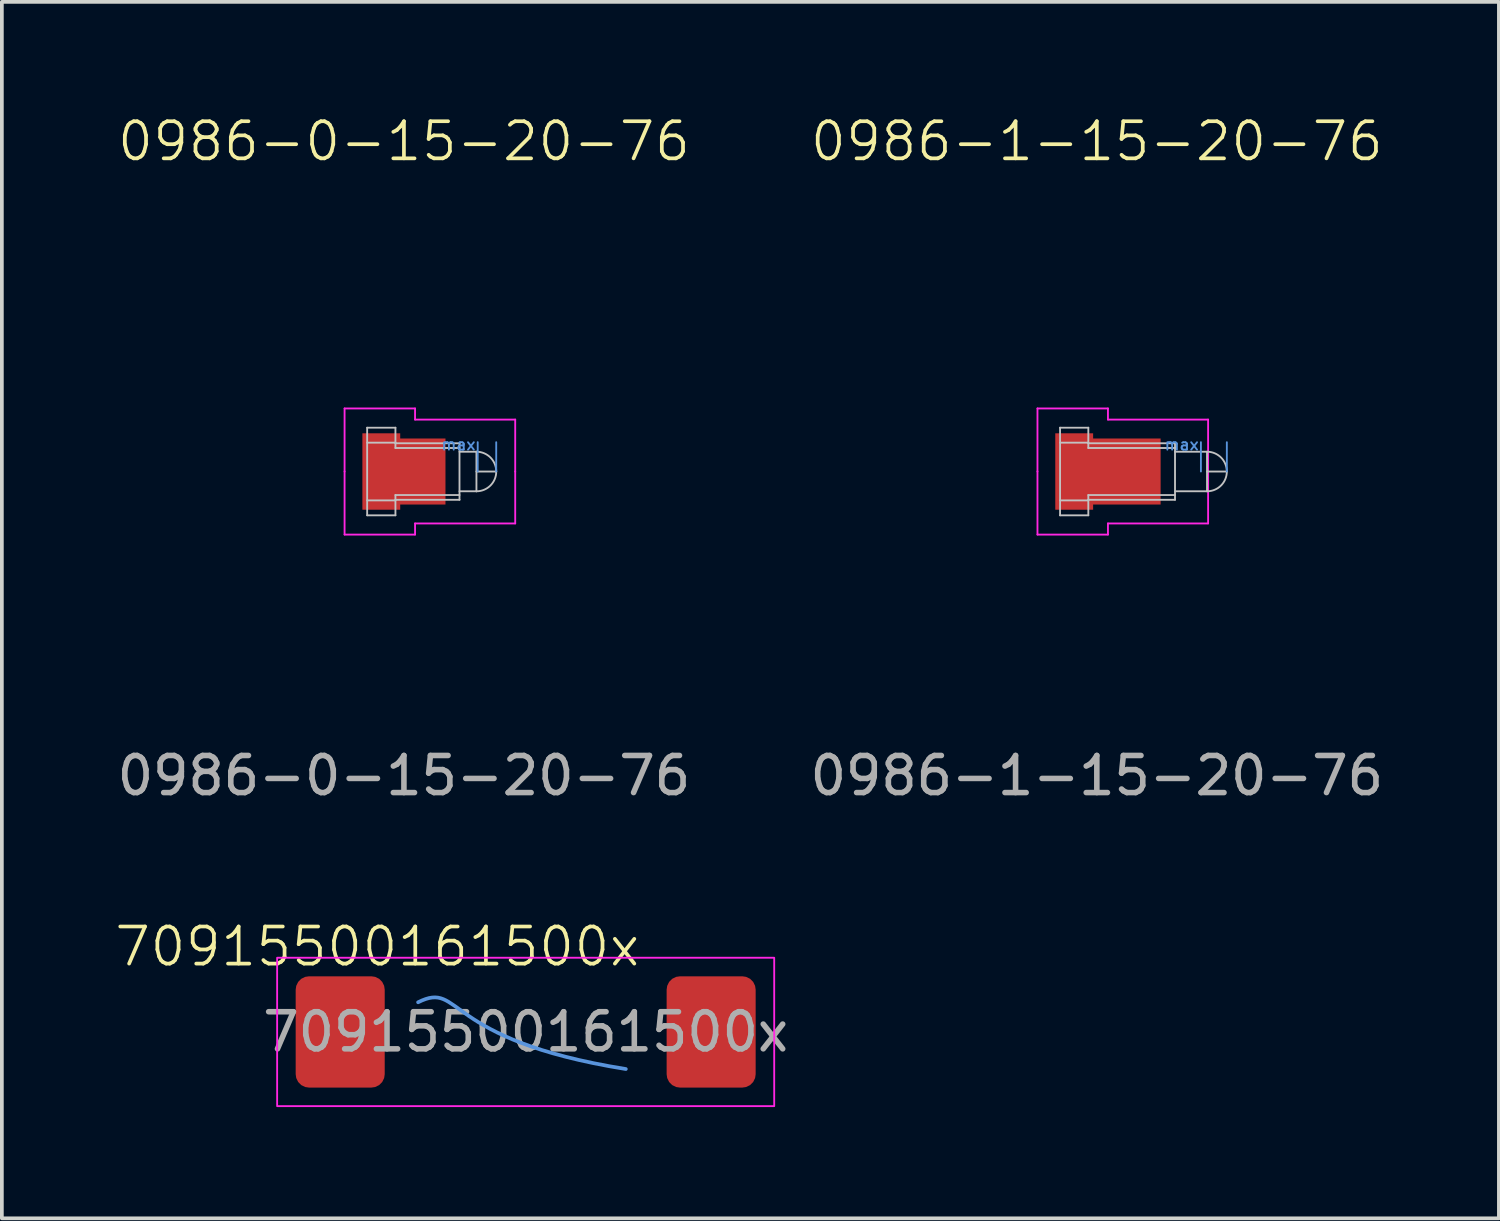
<source format=kicad_pcb>
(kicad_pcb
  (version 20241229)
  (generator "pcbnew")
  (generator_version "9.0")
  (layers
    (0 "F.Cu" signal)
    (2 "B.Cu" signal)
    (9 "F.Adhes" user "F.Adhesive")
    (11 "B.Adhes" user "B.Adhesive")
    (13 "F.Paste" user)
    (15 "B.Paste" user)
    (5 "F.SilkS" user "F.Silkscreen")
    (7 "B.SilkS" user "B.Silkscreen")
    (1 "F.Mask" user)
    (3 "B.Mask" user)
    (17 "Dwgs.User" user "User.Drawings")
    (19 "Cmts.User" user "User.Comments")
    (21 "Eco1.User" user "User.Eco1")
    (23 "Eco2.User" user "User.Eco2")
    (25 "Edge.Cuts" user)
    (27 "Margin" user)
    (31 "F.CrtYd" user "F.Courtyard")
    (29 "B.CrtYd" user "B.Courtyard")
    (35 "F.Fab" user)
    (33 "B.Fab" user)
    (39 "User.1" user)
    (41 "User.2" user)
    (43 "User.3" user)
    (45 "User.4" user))
  (footprint "0986-1-15-20-76"
    (layer "F.Cu")
    (at 26.518 9.661)
    (property "Reference" "0986-1-15-20-76" (at 0 -8.9 0) (unlocked yes) (layer "F.SilkS") (effects (font (size 1 1) (thickness 0.1))))
    (attr smd)
    (fp_line (start -0.991 -1.181) (end -0.991 1.181) (stroke (width 0.05) (type default)) (layer "Dwgs.User"))
    (fp_line (start -0.991 0.778) (end -0.229 0.778) (stroke (width 0.05) (type default)) (layer "Dwgs.User"))
    (fp_line (start -0.229 -1.181) (end -0.991 -1.181) (stroke (width 0.05) (type default)) (layer "Dwgs.User"))
    (fp_line (start -0.229 -0.778) (end -0.991 -0.778) (stroke (width 0.05) (type default)) (layer "Dwgs.User"))
    (fp_line (start -0.229 -0.778) (end -0.229 -0.762) (stroke (width 0.05) (type default)) (layer "Dwgs.User"))
    (fp_line (start -0.229 -0.634) (end -0.229 -1.181) (stroke (width 0.05) (type default)) (layer "Dwgs.User"))
    (fp_line (start -0.229 0.634) (end 2.108 0.634) (stroke (width 0.05) (type default)) (layer "Dwgs.User"))
    (fp_line (start -0.229 0.762) (end -0.229 0.778) (stroke (width 0.05) (type default)) (layer "Dwgs.User"))
    (fp_line (start -0.229 0.762) (end 2.108 0.762) (stroke (width 0.05) (type default)) (layer "Dwgs.User"))
    (fp_line (start -0.229 1.181) (end -0.991 1.181) (stroke (width 0.05) (type default)) (layer "Dwgs.User"))
    (fp_line (start -0.229 1.181) (end -0.229 0.634) (stroke (width 0.05) (type default)) (layer "Dwgs.User"))
    (fp_line (start 2.108 -0.762) (end -0.229 -0.762) (stroke (width 0.05) (type default)) (layer "Dwgs.User"))
    (fp_line (start 2.108 -0.762) (end 2.108 0.762) (stroke (width 0.05) (type default)) (layer "Dwgs.User"))
    (fp_line (start 2.108 -0.634) (end -0.229 -0.634) (stroke (width 0.05) (type default)) (layer "Dwgs.User"))
    (fp_line (start 2.971 -0.533) (end 2.108 -0.533) (stroke (width 0.05) (type default)) (layer "Dwgs.User"))
    (fp_line (start 2.971 0.533) (end 2.108 0.533) (stroke (width 0.05) (type default)) (layer "Dwgs.User"))
    (fp_line (start 2.971 0.533) (end 2.971 -0.533) (stroke (width 0.05) (type default)) (layer "Dwgs.User"))
    (fp_line (start 3.505 0) (end 2.971 0) (stroke (width 0.05) (type default)) (layer "Dwgs.User"))
    (fp_arc (start 2.9714 -0.5334) (mid 3.5048 0) (end 2.9714 0.5334) (stroke (width 0.05) (type default)) (layer "Dwgs.User"))
    (fp_line (start 2.806 0) (end 2.806 -0.791) (stroke (width 0.05) (type default)) (layer "Cmts.User"))
    (fp_line (start 3.505 0) (end 3.505 -0.79) (stroke (width 0.05) (type default)) (layer "Cmts.User"))
    (fp_line (start -1.6 -1.7) (end 0.3 -1.7) (stroke (width 0.05) (type default)) (layer "F.CrtYd"))
    (fp_line (start -1.6 0) (end -1.6 -1.7) (stroke (width 0.05) (type default)) (layer "F.CrtYd"))
    (fp_line (start -1.6 0) (end -1.6 1.7) (stroke (width 0.05) (type default)) (layer "F.CrtYd"))
    (fp_line (start -1.6 1.7) (end 0.3 1.7) (stroke (width 0.05) (type default)) (layer "F.CrtYd"))
    (fp_line (start 0.3 -1.7) (end 0.3 -1.4) (stroke (width 0.05) (type default)) (layer "F.CrtYd"))
    (fp_line (start 0.3 -1.4) (end 3 -1.4) (stroke (width 0.05) (type default)) (layer "F.CrtYd"))
    (fp_line (start 0.3 1.4) (end 3 1.4) (stroke (width 0.05) (type default)) (layer "F.CrtYd"))
    (fp_line (start 0.3 1.7) (end 0.3 1.4) (stroke (width 0.05) (type default)) (layer "F.CrtYd"))
    (fp_line (start 3 -1.4) (end 3 0) (stroke (width 0.05) (type default)) (layer "F.CrtYd"))
    (fp_line (start 3 1.4) (end 3 0) (stroke (width 0.05) (type default)) (layer "F.CrtYd"))
    (fp_text user "max" (at 1.797 -0.55 0) (unlocked yes) (layer "Cmts.User") (effects (font (size 0.3 0.3) (thickness 0.05) (bold yes)) (justify left bottom)))
    (fp_text user "${REFERENCE}" (at 0 8.2 0) (unlocked yes) (layer "F.Fab") (effects (font (size 1 1) (thickness 0.15))))
    (pad "1" smd custom (at 0 0) (size 1.262 1.165) (layers "F.Cu" "F.Mask" "F.Paste") (options (anchor rect)) (primitives (gr_poly (pts (xy -1.12 1.03) (xy -0.1 1.03) (xy -0.1 0.89) (xy 1.72 0.89) (xy 1.72 -0.89) (xy -0.1 -0.89) (xy -0.1 -1.03) (xy -1.12 -1.03)) (width 0) (fill yes)))))
  (footprint "0986-0-15-20-76"
    (layer "F.Cu")
    (at 7.839 9.661)
    (property "Reference" "0986-0-15-20-76" (at 0 -8.9 0) (unlocked yes) (layer "F.SilkS") (effects (font (size 1 1) (thickness 0.1))))
    (attr smd)
    (fp_line (start -0.991 -1.181) (end -0.991 1.181) (stroke (width 0.05) (type default)) (layer "Dwgs.User"))
    (fp_line (start -0.991 0.778) (end -0.229 0.778) (stroke (width 0.05) (type default)) (layer "Dwgs.User"))
    (fp_line (start -0.229 -1.181) (end -0.991 -1.181) (stroke (width 0.05) (type default)) (layer "Dwgs.User"))
    (fp_line (start -0.229 -0.778) (end -0.991 -0.778) (stroke (width 0.05) (type default)) (layer "Dwgs.User"))
    (fp_line (start -0.229 -0.762) (end -0.229 -0.778) (stroke (width 0.05) (type default)) (layer "Dwgs.User"))
    (fp_line (start -0.229 -0.634) (end -0.229 -1.181) (stroke (width 0.05) (type default)) (layer "Dwgs.User"))
    (fp_line (start -0.229 0.634) (end 1.498 0.634) (stroke (width 0.05) (type default)) (layer "Dwgs.User"))
    (fp_line (start -0.229 0.762) (end 1.498 0.762) (stroke (width 0.05) (type default)) (layer "Dwgs.User"))
    (fp_line (start -0.229 0.778) (end -0.229 0.762) (stroke (width 0.05) (type default)) (layer "Dwgs.User"))
    (fp_line (start -0.229 1.181) (end -0.991 1.181) (stroke (width 0.05) (type default)) (layer "Dwgs.User"))
    (fp_line (start -0.229 1.181) (end -0.229 0.634) (stroke (width 0.05) (type default)) (layer "Dwgs.User"))
    (fp_line (start 1.498 -0.762) (end -0.229 -0.762) (stroke (width 0.05) (type default)) (layer "Dwgs.User"))
    (fp_line (start 1.498 -0.762) (end 1.498 0.762) (stroke (width 0.05) (type default)) (layer "Dwgs.User"))
    (fp_line (start 1.498 -0.634) (end -0.229 -0.634) (stroke (width 0.05) (type default)) (layer "Dwgs.User"))
    (fp_line (start 1.955 -0.533) (end 1.498 -0.533) (stroke (width 0.05) (type default)) (layer "Dwgs.User"))
    (fp_line (start 1.955 0.533) (end 1.498 0.533) (stroke (width 0.05) (type default)) (layer "Dwgs.User"))
    (fp_line (start 1.955 0.533) (end 1.955 -0.533) (stroke (width 0.05) (type default)) (layer "Dwgs.User"))
    (fp_line (start 2.489 0) (end 1.955 0) (stroke (width 0.05) (type default)) (layer "Dwgs.User"))
    (fp_arc (start 1.9554 -0.5334) (mid 2.4888 0) (end 1.9554 0.5334) (stroke (width 0.05) (type default)) (layer "Dwgs.User"))
    (fp_line (start 1.989 0) (end 1.989 -0.791) (stroke (width 0.05) (type default)) (layer "Cmts.User"))
    (fp_line (start 2.488 0) (end 2.488 -0.79) (stroke (width 0.05) (type default)) (layer "Cmts.User"))
    (fp_line (start -1.6 -1.7) (end 0.3 -1.7) (stroke (width 0.05) (type default)) (layer "F.CrtYd"))
    (fp_line (start -1.6 0) (end -1.6 -1.7) (stroke (width 0.05) (type default)) (layer "F.CrtYd"))
    (fp_line (start -1.6 0) (end -1.6 1.7) (stroke (width 0.05) (type default)) (layer "F.CrtYd"))
    (fp_line (start -1.6 1.7) (end 0.3 1.7) (stroke (width 0.05) (type default)) (layer "F.CrtYd"))
    (fp_line (start 0.3 -1.7) (end 0.3 -1.4) (stroke (width 0.05) (type default)) (layer "F.CrtYd"))
    (fp_line (start 0.3 -1.4) (end 3 -1.4) (stroke (width 0.05) (type default)) (layer "F.CrtYd"))
    (fp_line (start 0.3 1.4) (end 3 1.4) (stroke (width 0.05) (type default)) (layer "F.CrtYd"))
    (fp_line (start 0.3 1.7) (end 0.3 1.4) (stroke (width 0.05) (type default)) (layer "F.CrtYd"))
    (fp_line (start 3 -1.4) (end 3 0) (stroke (width 0.05) (type default)) (layer "F.CrtYd"))
    (fp_line (start 3 1.4) (end 3 0) (stroke (width 0.05) (type default)) (layer "F.CrtYd"))
    (fp_text user "max" (at 0.98 -0.55 0) (unlocked yes) (layer "Cmts.User") (effects (font (size 0.3 0.3) (thickness 0.05) (bold yes)) (justify left bottom)))
    (fp_text user "${REFERENCE}" (at 0 8.2 0) (unlocked yes) (layer "F.Fab") (effects (font (size 1 1) (thickness 0.15))))
    (pad "1" smd custom (at 0 0) (size 1.262 1.165) (layers "F.Cu" "F.Mask" "F.Paste") (options (anchor rect)) (primitives (gr_poly (pts (xy -1.12 1.03) (xy -0.1 1.03) (xy -0.1 0.89) (xy 1.12 0.89) (xy 1.12 -0.89) (xy -0.1 -0.89) (xy -0.1 -1.03) (xy -1.12 -1.03)) (width 0) (fill yes)))))
  (footprint "70915500161500x"
    (layer "F.Cu")
    (at 11.121 24.769)
    (property "Reference" "70915500161500x" (at -4 -2.3 0) (unlocked yes) (layer "F.SilkS") (effects (font (size 1 1) (thickness 0.1))))
    (attr smd)
    (fp_curve (pts (xy 2.7 1) (xy -2.3 0.2) (xy -1.7 -1.4) (xy -2.9 -0.8)) (stroke (width 0.1) (type default)) (layer "Cmts.User"))
    (fp_rect (start -6.7 -2) (end 6.7 2) (stroke (width 0.05) (type default)) (fill no) (layer "F.CrtYd"))
    (fp_text user "${REFERENCE}" (at 0 0 0) (unlocked yes) (layer "F.Fab") (effects (font (size 1 1) (thickness 0.15))))
    (pad "1" smd roundrect (at -5 0) (size 2.4 3) (layers "F.Cu" "F.Mask" "F.Paste") (roundrect_rratio 0.15))
    (pad "1" smd roundrect (at 5 0) (size 2.4 3) (layers "F.Cu" "F.Mask" "F.Paste") (roundrect_rratio 0.15)))
  (gr_rect
    (start -3 -3)
    (end 37.357 29.794)
    (stroke (width 0.1) (type default))
    (fill no)
    (layer "Edge.Cuts")))
</source>
